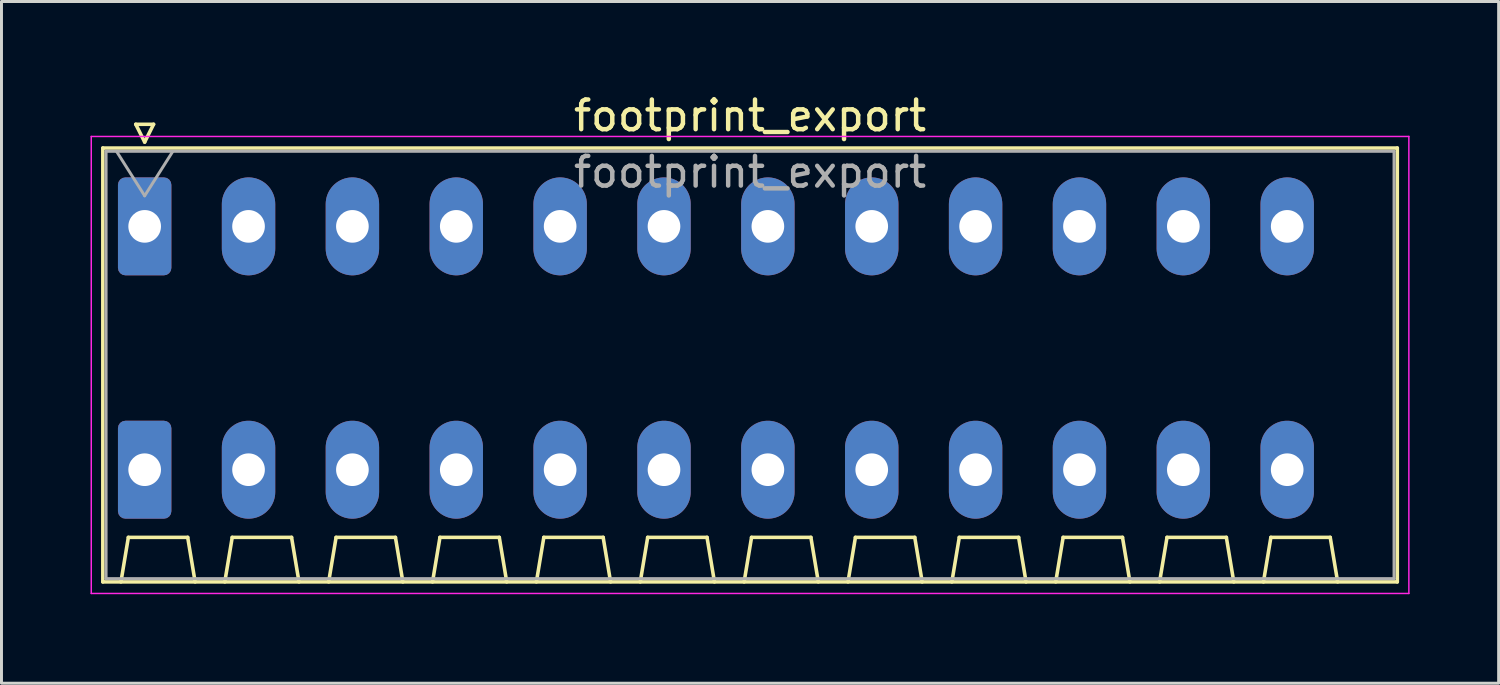
<source format=kicad_pcb>
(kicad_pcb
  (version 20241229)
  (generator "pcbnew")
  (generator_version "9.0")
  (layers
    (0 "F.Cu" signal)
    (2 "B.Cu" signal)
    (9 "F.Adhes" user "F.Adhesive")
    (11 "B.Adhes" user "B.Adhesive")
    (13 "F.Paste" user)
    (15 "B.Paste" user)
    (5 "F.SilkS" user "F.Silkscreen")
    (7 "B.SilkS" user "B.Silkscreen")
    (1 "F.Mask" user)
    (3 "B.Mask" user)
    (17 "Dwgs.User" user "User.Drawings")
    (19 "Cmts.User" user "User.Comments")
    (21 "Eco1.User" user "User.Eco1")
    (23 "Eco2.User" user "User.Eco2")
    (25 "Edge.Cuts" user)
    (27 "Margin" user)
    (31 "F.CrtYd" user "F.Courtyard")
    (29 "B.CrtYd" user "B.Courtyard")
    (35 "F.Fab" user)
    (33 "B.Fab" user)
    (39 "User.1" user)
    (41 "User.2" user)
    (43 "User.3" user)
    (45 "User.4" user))
  (footprint "footprint_export"
    (layer "F.Cu")
    (at 1.825 4.578)
    (property "Reference" "footprint_export" (at 20.4 -3.73 0) (layer "F.SilkS") (effects (font (size 1 1) (thickness 0.15))))
    (attr through_hole)
    (fp_line (start -1.41 -2.64) (end 42.21 -2.64) (stroke (width 0.12) (type solid)) (layer "F.SilkS"))
    (fp_line (start -1.41 11.98) (end -1.41 -2.64) (stroke (width 0.12) (type solid)) (layer "F.SilkS"))
    (fp_line (start -0.8 11.98) (end -0.55 10.48) (stroke (width 0.12) (type solid)) (layer "F.SilkS"))
    (fp_line (start -0.55 10.48) (end 1.45 10.48) (stroke (width 0.12) (type solid)) (layer "F.SilkS"))
    (fp_line (start -0.3 -3.44) (end 0 -2.84) (stroke (width 0.12) (type solid)) (layer "F.SilkS"))
    (fp_line (start -0.3 -3.44) (end 0.3 -3.44) (stroke (width 0.12) (type solid)) (layer "F.SilkS"))
    (fp_line (start 0.3 -3.44) (end 0 -2.84) (stroke (width 0.12) (type solid)) (layer "F.SilkS"))
    (fp_line (start 1.7 11.98) (end 1.45 10.48) (stroke (width 0.12) (type solid)) (layer "F.SilkS"))
    (fp_line (start 2.7 11.98) (end 2.95 10.48) (stroke (width 0.12) (type solid)) (layer "F.SilkS"))
    (fp_line (start 2.95 10.48) (end 4.95 10.48) (stroke (width 0.12) (type solid)) (layer "F.SilkS"))
    (fp_line (start 5.2 11.98) (end 4.95 10.48) (stroke (width 0.12) (type solid)) (layer "F.SilkS"))
    (fp_line (start 6.2 11.98) (end 6.45 10.48) (stroke (width 0.12) (type solid)) (layer "F.SilkS"))
    (fp_line (start 6.45 10.48) (end 8.45 10.48) (stroke (width 0.12) (type solid)) (layer "F.SilkS"))
    (fp_line (start 8.7 11.98) (end 8.45 10.48) (stroke (width 0.12) (type solid)) (layer "F.SilkS"))
    (fp_line (start 9.7 11.98) (end 9.95 10.48) (stroke (width 0.12) (type solid)) (layer "F.SilkS"))
    (fp_line (start 9.95 10.48) (end 11.95 10.48) (stroke (width 0.12) (type solid)) (layer "F.SilkS"))
    (fp_line (start 12.2 11.98) (end 11.95 10.48) (stroke (width 0.12) (type solid)) (layer "F.SilkS"))
    (fp_line (start 13.2 11.98) (end 13.45 10.48) (stroke (width 0.12) (type solid)) (layer "F.SilkS"))
    (fp_line (start 13.45 10.48) (end 15.45 10.48) (stroke (width 0.12) (type solid)) (layer "F.SilkS"))
    (fp_line (start 15.7 11.98) (end 15.45 10.48) (stroke (width 0.12) (type solid)) (layer "F.SilkS"))
    (fp_line (start 16.7 11.98) (end 16.95 10.48) (stroke (width 0.12) (type solid)) (layer "F.SilkS"))
    (fp_line (start 16.95 10.48) (end 18.95 10.48) (stroke (width 0.12) (type solid)) (layer "F.SilkS"))
    (fp_line (start 19.2 11.98) (end 18.95 10.48) (stroke (width 0.12) (type solid)) (layer "F.SilkS"))
    (fp_line (start 20.2 11.98) (end 20.45 10.48) (stroke (width 0.12) (type solid)) (layer "F.SilkS"))
    (fp_line (start 20.45 10.48) (end 22.45 10.48) (stroke (width 0.12) (type solid)) (layer "F.SilkS"))
    (fp_line (start 22.7 11.98) (end 22.45 10.48) (stroke (width 0.12) (type solid)) (layer "F.SilkS"))
    (fp_line (start 23.7 11.98) (end 23.95 10.48) (stroke (width 0.12) (type solid)) (layer "F.SilkS"))
    (fp_line (start 23.95 10.48) (end 25.95 10.48) (stroke (width 0.12) (type solid)) (layer "F.SilkS"))
    (fp_line (start 26.2 11.98) (end 25.95 10.48) (stroke (width 0.12) (type solid)) (layer "F.SilkS"))
    (fp_line (start 27.2 11.98) (end 27.45 10.48) (stroke (width 0.12) (type solid)) (layer "F.SilkS"))
    (fp_line (start 27.45 10.48) (end 29.45 10.48) (stroke (width 0.12) (type solid)) (layer "F.SilkS"))
    (fp_line (start 29.7 11.98) (end 29.45 10.48) (stroke (width 0.12) (type solid)) (layer "F.SilkS"))
    (fp_line (start 30.7 11.98) (end 30.95 10.48) (stroke (width 0.12) (type solid)) (layer "F.SilkS"))
    (fp_line (start 30.95 10.48) (end 32.95 10.48) (stroke (width 0.12) (type solid)) (layer "F.SilkS"))
    (fp_line (start 33.2 11.98) (end 32.95 10.48) (stroke (width 0.12) (type solid)) (layer "F.SilkS"))
    (fp_line (start 34.2 11.98) (end 34.45 10.48) (stroke (width 0.12) (type solid)) (layer "F.SilkS"))
    (fp_line (start 34.45 10.48) (end 36.45 10.48) (stroke (width 0.12) (type solid)) (layer "F.SilkS"))
    (fp_line (start 36.7 11.98) (end 36.45 10.48) (stroke (width 0.12) (type solid)) (layer "F.SilkS"))
    (fp_line (start 37.7 11.98) (end 37.95 10.48) (stroke (width 0.12) (type solid)) (layer "F.SilkS"))
    (fp_line (start 37.95 10.48) (end 39.95 10.48) (stroke (width 0.12) (type solid)) (layer "F.SilkS"))
    (fp_line (start 40.2 11.98) (end 39.95 10.48) (stroke (width 0.12) (type solid)) (layer "F.SilkS"))
    (fp_line (start 42.21 -2.64) (end 42.21 11.98) (stroke (width 0.12) (type solid)) (layer "F.SilkS"))
    (fp_line (start 42.21 11.98) (end -1.41 11.98) (stroke (width 0.12) (type solid)) (layer "F.SilkS"))
    (fp_line (start -1.8 -3.03) (end -1.8 12.37) (stroke (width 0.05) (type solid)) (layer "F.CrtYd"))
    (fp_line (start -1.8 12.37) (end 42.6 12.37) (stroke (width 0.05) (type solid)) (layer "F.CrtYd"))
    (fp_line (start 42.6 -3.03) (end -1.8 -3.03) (stroke (width 0.05) (type solid)) (layer "F.CrtYd"))
    (fp_line (start 42.6 12.37) (end 42.6 -3.03) (stroke (width 0.05) (type solid)) (layer "F.CrtYd"))
    (fp_line (start -1.3 -2.53) (end -1.3 11.87) (stroke (width 0.1) (type solid)) (layer "F.Fab"))
    (fp_line (start -1.3 11.87) (end 42.1 11.87) (stroke (width 0.1) (type solid)) (layer "F.Fab"))
    (fp_line (start -0.95 -2.53) (end 0 -1.03) (stroke (width 0.1) (type solid)) (layer "F.Fab"))
    (fp_line (start 0.95 -2.53) (end 0 -1.03) (stroke (width 0.1) (type solid)) (layer "F.Fab"))
    (fp_line (start 42.1 -2.53) (end -1.3 -2.53) (stroke (width 0.1) (type solid)) (layer "F.Fab"))
    (fp_line (start 42.1 11.87) (end 42.1 -2.53) (stroke (width 0.1) (type solid)) (layer "F.Fab"))
    (fp_text user "${REFERENCE}" (at 20.4 -1.83 0) (layer "F.Fab") (effects (font (size 1 1) (thickness 0.15))))
    (pad "1" thru_hole roundrect (at 0 0) (size 1.8 3.3) (drill 1.1) (layers "*.Cu" "*.Mask") (roundrect_rratio 0.139))
    (pad "1" thru_hole roundrect (at 0 8.2) (size 1.8 3.3) (drill 1.1) (layers "*.Cu" "*.Mask") (roundrect_rratio 0.139))
    (pad "2" thru_hole oval (at 3.5 0) (size 1.8 3.3) (drill 1.1) (layers "*.Cu" "*.Mask"))
    (pad "2" thru_hole oval (at 3.5 8.2) (size 1.8 3.3) (drill 1.1) (layers "*.Cu" "*.Mask"))
    (pad "3" thru_hole oval (at 7 0) (size 1.8 3.3) (drill 1.1) (layers "*.Cu" "*.Mask"))
    (pad "3" thru_hole oval (at 7 8.2) (size 1.8 3.3) (drill 1.1) (layers "*.Cu" "*.Mask"))
    (pad "4" thru_hole oval (at 10.5 0) (size 1.8 3.3) (drill 1.1) (layers "*.Cu" "*.Mask"))
    (pad "4" thru_hole oval (at 10.5 8.2) (size 1.8 3.3) (drill 1.1) (layers "*.Cu" "*.Mask"))
    (pad "5" thru_hole oval (at 14 0) (size 1.8 3.3) (drill 1.1) (layers "*.Cu" "*.Mask"))
    (pad "5" thru_hole oval (at 14 8.2) (size 1.8 3.3) (drill 1.1) (layers "*.Cu" "*.Mask"))
    (pad "6" thru_hole oval (at 17.5 0) (size 1.8 3.3) (drill 1.1) (layers "*.Cu" "*.Mask"))
    (pad "6" thru_hole oval (at 17.5 8.2) (size 1.8 3.3) (drill 1.1) (layers "*.Cu" "*.Mask"))
    (pad "7" thru_hole oval (at 21 0) (size 1.8 3.3) (drill 1.1) (layers "*.Cu" "*.Mask"))
    (pad "7" thru_hole oval (at 21 8.2) (size 1.8 3.3) (drill 1.1) (layers "*.Cu" "*.Mask"))
    (pad "8" thru_hole oval (at 24.5 0) (size 1.8 3.3) (drill 1.1) (layers "*.Cu" "*.Mask"))
    (pad "8" thru_hole oval (at 24.5 8.2) (size 1.8 3.3) (drill 1.1) (layers "*.Cu" "*.Mask"))
    (pad "9" thru_hole oval (at 28 0) (size 1.8 3.3) (drill 1.1) (layers "*.Cu" "*.Mask"))
    (pad "9" thru_hole oval (at 28 8.2) (size 1.8 3.3) (drill 1.1) (layers "*.Cu" "*.Mask"))
    (pad "10" thru_hole oval (at 31.5 0) (size 1.8 3.3) (drill 1.1) (layers "*.Cu" "*.Mask"))
    (pad "10" thru_hole oval (at 31.5 8.2) (size 1.8 3.3) (drill 1.1) (layers "*.Cu" "*.Mask"))
    (pad "11" thru_hole oval (at 35 0) (size 1.8 3.3) (drill 1.1) (layers "*.Cu" "*.Mask"))
    (pad "11" thru_hole oval (at 35 8.2) (size 1.8 3.3) (drill 1.1) (layers "*.Cu" "*.Mask"))
    (pad "12" thru_hole oval (at 38.5 0) (size 1.8 3.3) (drill 1.1) (layers "*.Cu" "*.Mask"))
    (pad "12" thru_hole oval (at 38.5 8.2) (size 1.8 3.3) (drill 1.1) (layers "*.Cu" "*.Mask")))
  (gr_rect
    (start -3 -3)
    (end 47.45 19.973)
    (stroke (width 0.1) (type default))
    (fill no)
    (layer "Edge.Cuts")))
</source>
